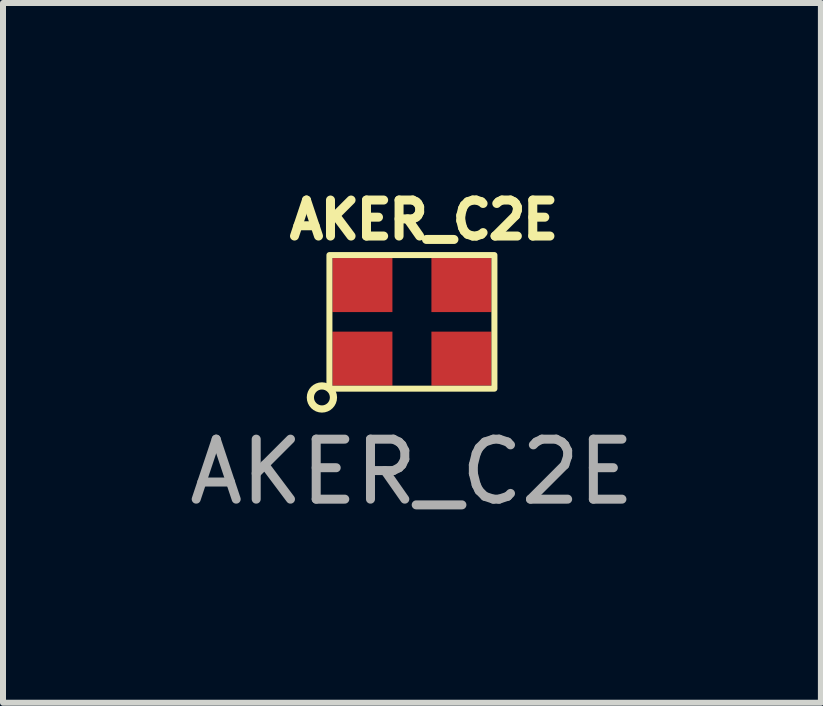
<source format=kicad_pcb>
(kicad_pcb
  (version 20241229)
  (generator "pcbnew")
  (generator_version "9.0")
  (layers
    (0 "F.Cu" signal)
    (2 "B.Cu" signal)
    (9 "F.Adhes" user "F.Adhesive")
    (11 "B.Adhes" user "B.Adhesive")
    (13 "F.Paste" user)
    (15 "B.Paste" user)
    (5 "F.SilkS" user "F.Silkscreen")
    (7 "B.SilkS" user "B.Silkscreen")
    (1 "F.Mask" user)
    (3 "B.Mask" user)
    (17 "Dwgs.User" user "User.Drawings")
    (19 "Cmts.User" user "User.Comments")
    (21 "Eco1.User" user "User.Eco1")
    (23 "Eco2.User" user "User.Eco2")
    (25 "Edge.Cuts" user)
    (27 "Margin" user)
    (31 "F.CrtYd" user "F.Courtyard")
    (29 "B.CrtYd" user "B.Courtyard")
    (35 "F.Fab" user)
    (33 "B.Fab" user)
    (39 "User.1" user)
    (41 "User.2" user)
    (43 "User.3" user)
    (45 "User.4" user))
  (footprint "AKER_C2E"
    (layer "F.Cu")
    (at 3.815 2.314)
    (property "Reference" "AKER_C2E" (at 0.2 -1.7 0) (unlocked yes) (layer "F.SilkS") (effects (font (size 0.6 0.6) (thickness 0.15))))
    (fp_rect (start -1.375 -1.113) (end 1.375 1.113) (stroke (width 0.1) (type solid)) (fill no) (layer "F.SilkS"))
    (fp_circle (center -1.5 1.26) (end -1.33 1.17) (stroke (width 0.12) (type solid)) (fill no) (layer "F.SilkS"))
    (fp_text user "${REFERENCE}" (at 0 2.5 0) (unlocked yes) (layer "F.Fab") (effects (font (size 1 1) (thickness 0.15))))
    (pad "1" smd rect (at -0.825 0.613) (size 1 0.9) (layers "F.Cu" "F.Mask" "F.Paste"))
    (pad "2" smd rect (at 0.825 0.613) (size 1 0.9) (layers "F.Cu" "F.Mask" "F.Paste"))
    (pad "3" smd rect (at 0.825 -0.613) (size 1 0.9) (layers "F.Cu" "F.Mask" "F.Paste"))
    (pad "4" smd rect (at -0.825 -0.613) (size 1 0.9) (layers "F.Cu" "F.Mask" "F.Paste")))
  (gr_rect
    (start -3 -3)
    (end 10.631 8.662)
    (stroke (width 0.1) (type default))
    (fill no)
    (layer "Edge.Cuts")))
</source>
